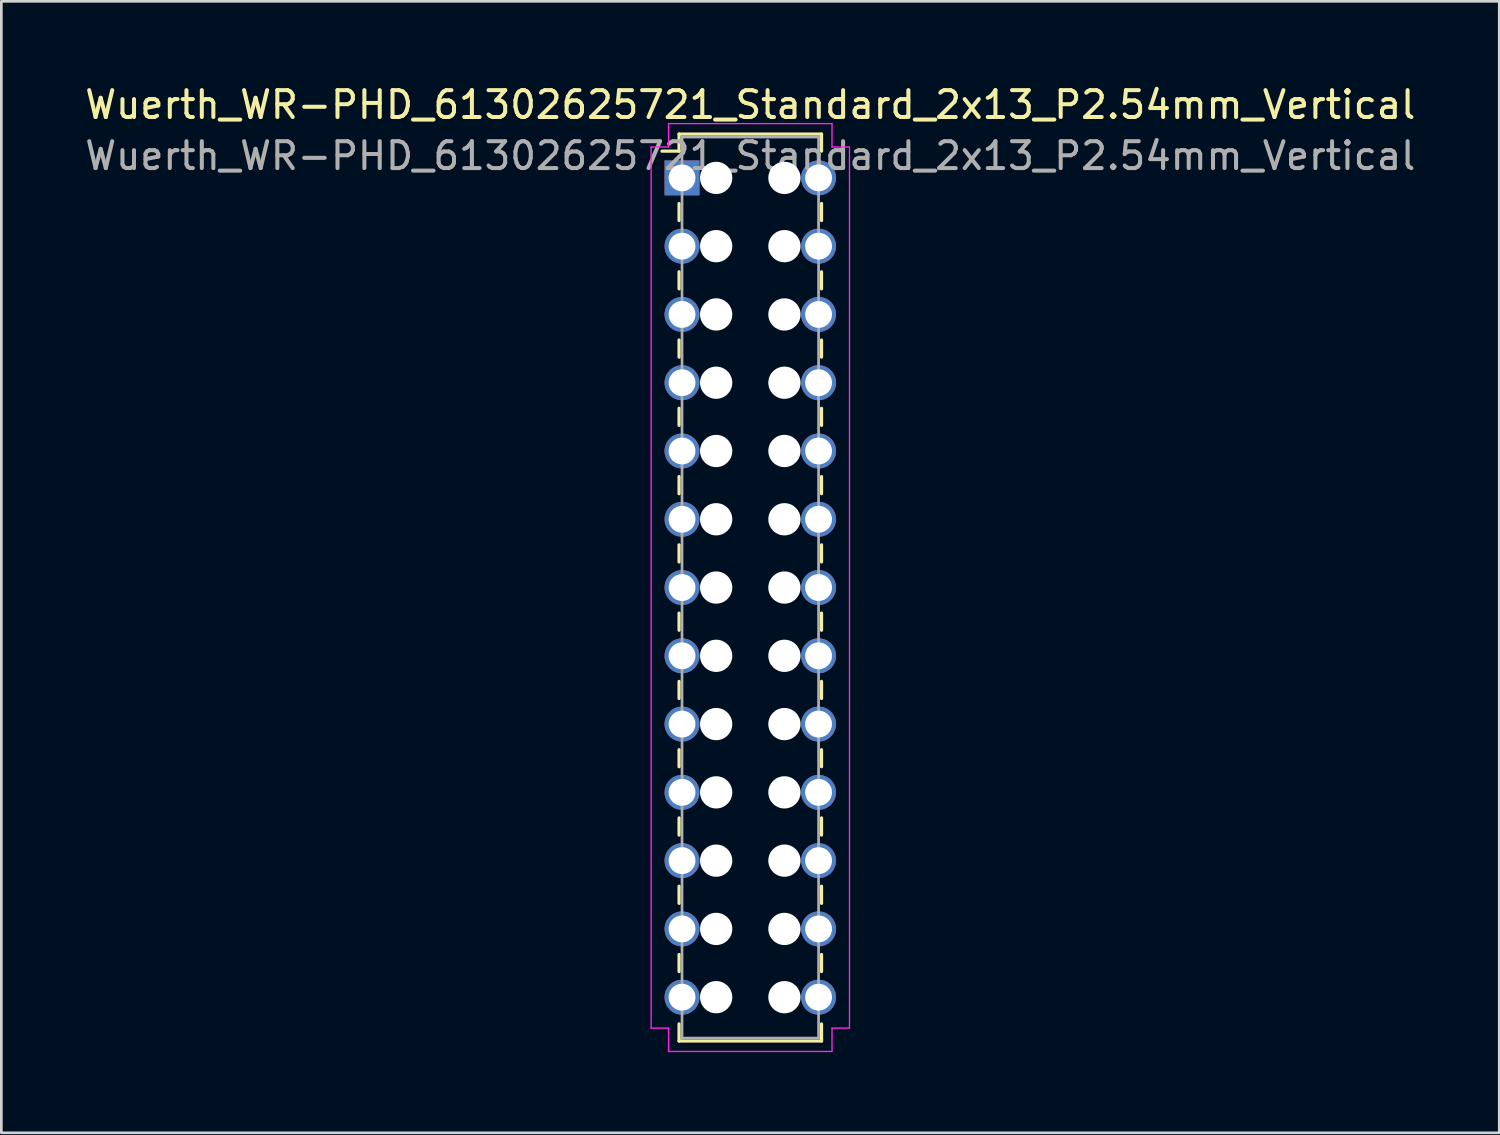
<source format=kicad_pcb>
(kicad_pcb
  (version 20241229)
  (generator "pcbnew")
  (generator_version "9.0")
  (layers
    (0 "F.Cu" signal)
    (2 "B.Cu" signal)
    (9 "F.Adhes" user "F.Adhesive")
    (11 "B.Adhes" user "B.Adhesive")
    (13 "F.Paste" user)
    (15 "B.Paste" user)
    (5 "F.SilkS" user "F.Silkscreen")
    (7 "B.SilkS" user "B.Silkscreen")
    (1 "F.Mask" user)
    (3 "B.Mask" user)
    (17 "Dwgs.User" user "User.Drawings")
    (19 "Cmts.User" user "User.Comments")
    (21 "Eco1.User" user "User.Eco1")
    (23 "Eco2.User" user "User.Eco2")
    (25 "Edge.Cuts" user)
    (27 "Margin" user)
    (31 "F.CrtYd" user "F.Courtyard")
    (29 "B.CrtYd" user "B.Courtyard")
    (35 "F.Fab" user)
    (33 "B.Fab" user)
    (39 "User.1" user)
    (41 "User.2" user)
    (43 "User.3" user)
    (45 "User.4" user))
  (footprint "Wuerth_WR-PHD_61302625721_Standard_2x13_P2.54mm_Vertical"
    (layer "F.Cu")
    (at 22.323 3.568)
    (property "Reference" "Wuerth_WR-PHD_61302625721_Standard_2x13_P2.54mm_Vertical" (at 2.54 -2.72 0) (layer "F.SilkS") (effects (font (size 1 1) (thickness 0.15))))
    (attr through_hole)
    (fp_line (start -0.11 -1.63) (end -0.11 -0.995) (stroke (width 0.12) (type solid)) (layer "F.SilkS"))
    (fp_line (start -0.11 -1.63) (end 5.19 -1.63) (stroke (width 0.12) (type solid)) (layer "F.SilkS"))
    (fp_line (start -0.11 -0.995) (end -0.745 -0.995) (stroke (width 0.12) (type solid)) (layer "F.SilkS"))
    (fp_line (start -0.11 0.953) (end -0.11 1.587) (stroke (width 0.12) (type solid)) (layer "F.SilkS"))
    (fp_line (start -0.11 3.493) (end -0.11 4.128) (stroke (width 0.12) (type solid)) (layer "F.SilkS"))
    (fp_line (start -0.11 6.032) (end -0.11 6.668) (stroke (width 0.12) (type solid)) (layer "F.SilkS"))
    (fp_line (start -0.11 8.572) (end -0.11 9.207) (stroke (width 0.12) (type solid)) (layer "F.SilkS"))
    (fp_line (start -0.11 11.113) (end -0.11 11.748) (stroke (width 0.12) (type solid)) (layer "F.SilkS"))
    (fp_line (start -0.11 13.652) (end -0.11 14.287) (stroke (width 0.12) (type solid)) (layer "F.SilkS"))
    (fp_line (start -0.11 16.192) (end -0.11 16.828) (stroke (width 0.12) (type solid)) (layer "F.SilkS"))
    (fp_line (start -0.11 18.733) (end -0.11 19.367) (stroke (width 0.12) (type solid)) (layer "F.SilkS"))
    (fp_line (start -0.11 21.273) (end -0.11 21.907) (stroke (width 0.12) (type solid)) (layer "F.SilkS"))
    (fp_line (start -0.11 23.812) (end -0.11 24.448) (stroke (width 0.12) (type solid)) (layer "F.SilkS"))
    (fp_line (start -0.11 26.352) (end -0.11 26.988) (stroke (width 0.12) (type solid)) (layer "F.SilkS"))
    (fp_line (start -0.11 28.892) (end -0.11 29.527) (stroke (width 0.12) (type solid)) (layer "F.SilkS"))
    (fp_line (start -0.11 32.11) (end -0.11 31.475) (stroke (width 0.12) (type solid)) (layer "F.SilkS"))
    (fp_line (start -0.11 32.11) (end 5.19 32.11) (stroke (width 0.12) (type solid)) (layer "F.SilkS"))
    (fp_line (start 5.19 -1.63) (end 5.19 -0.995) (stroke (width 0.12) (type solid)) (layer "F.SilkS"))
    (fp_line (start 5.19 0.953) (end 5.19 1.587) (stroke (width 0.12) (type solid)) (layer "F.SilkS"))
    (fp_line (start 5.19 3.493) (end 5.19 4.128) (stroke (width 0.12) (type solid)) (layer "F.SilkS"))
    (fp_line (start 5.19 6.032) (end 5.19 6.668) (stroke (width 0.12) (type solid)) (layer "F.SilkS"))
    (fp_line (start 5.19 8.572) (end 5.19 9.207) (stroke (width 0.12) (type solid)) (layer "F.SilkS"))
    (fp_line (start 5.19 11.113) (end 5.19 11.748) (stroke (width 0.12) (type solid)) (layer "F.SilkS"))
    (fp_line (start 5.19 13.652) (end 5.19 14.287) (stroke (width 0.12) (type solid)) (layer "F.SilkS"))
    (fp_line (start 5.19 16.192) (end 5.19 16.828) (stroke (width 0.12) (type solid)) (layer "F.SilkS"))
    (fp_line (start 5.19 18.733) (end 5.19 19.367) (stroke (width 0.12) (type solid)) (layer "F.SilkS"))
    (fp_line (start 5.19 21.273) (end 5.19 21.907) (stroke (width 0.12) (type solid)) (layer "F.SilkS"))
    (fp_line (start 5.19 23.812) (end 5.19 24.448) (stroke (width 0.12) (type solid)) (layer "F.SilkS"))
    (fp_line (start 5.19 26.352) (end 5.19 26.988) (stroke (width 0.12) (type solid)) (layer "F.SilkS"))
    (fp_line (start 5.19 28.892) (end 5.19 29.527) (stroke (width 0.12) (type solid)) (layer "F.SilkS"))
    (fp_line (start 5.19 32.11) (end 5.19 31.475) (stroke (width 0.12) (type solid)) (layer "F.SilkS"))
    (fp_line (start -1.15 -1.15) (end -0.5 -1.15) (stroke (width 0.05) (type solid)) (layer "F.CrtYd"))
    (fp_line (start -1.15 31.63) (end -1.15 -1.15) (stroke (width 0.05) (type solid)) (layer "F.CrtYd"))
    (fp_line (start -0.5 -2.02) (end 5.58 -2.02) (stroke (width 0.05) (type solid)) (layer "F.CrtYd"))
    (fp_line (start -0.5 -1.15) (end -0.5 -2.02) (stroke (width 0.05) (type solid)) (layer "F.CrtYd"))
    (fp_line (start -0.5 31.63) (end -1.15 31.63) (stroke (width 0.05) (type solid)) (layer "F.CrtYd"))
    (fp_line (start -0.5 32.5) (end -0.5 31.63) (stroke (width 0.05) (type solid)) (layer "F.CrtYd"))
    (fp_line (start 5.58 -2.02) (end 5.58 -1.15) (stroke (width 0.05) (type solid)) (layer "F.CrtYd"))
    (fp_line (start 5.58 -1.15) (end 6.23 -1.15) (stroke (width 0.05) (type solid)) (layer "F.CrtYd"))
    (fp_line (start 5.58 31.63) (end 5.58 32.5) (stroke (width 0.05) (type solid)) (layer "F.CrtYd"))
    (fp_line (start 5.58 32.5) (end -0.5 32.5) (stroke (width 0.05) (type solid)) (layer "F.CrtYd"))
    (fp_line (start 6.23 -1.15) (end 6.23 31.63) (stroke (width 0.05) (type solid)) (layer "F.CrtYd"))
    (fp_line (start 6.23 31.63) (end 5.58 31.63) (stroke (width 0.05) (type solid)) (layer "F.CrtYd"))
    (fp_line (start 0 -1.52) (end 0 32) (stroke (width 0.1) (type solid)) (layer "F.Fab"))
    (fp_line (start 0 32) (end 5.08 32) (stroke (width 0.1) (type solid)) (layer "F.Fab"))
    (fp_line (start 5.08 -1.52) (end 0 -1.52) (stroke (width 0.1) (type solid)) (layer "F.Fab"))
    (fp_line (start 5.08 32) (end 5.08 -1.52) (stroke (width 0.1) (type solid)) (layer "F.Fab"))
    (fp_text user "${REFERENCE}" (at 2.54 -0.82 0) (layer "F.Fab") (effects (font (size 1 1) (thickness 0.15))))
    (pad "" np_thru_hole circle (at 1.27 0) (size 1.2 1.2) (drill 1.2) (layers "*.Cu" "*.Mask"))
    (pad "" np_thru_hole circle (at 1.27 2.54) (size 1.2 1.2) (drill 1.2) (layers "*.Cu" "*.Mask"))
    (pad "" np_thru_hole circle (at 1.27 5.08) (size 1.2 1.2) (drill 1.2) (layers "*.Cu" "*.Mask"))
    (pad "" np_thru_hole circle (at 1.27 7.62) (size 1.2 1.2) (drill 1.2) (layers "*.Cu" "*.Mask"))
    (pad "" np_thru_hole circle (at 1.27 10.16) (size 1.2 1.2) (drill 1.2) (layers "*.Cu" "*.Mask"))
    (pad "" np_thru_hole circle (at 1.27 12.7) (size 1.2 1.2) (drill 1.2) (layers "*.Cu" "*.Mask"))
    (pad "" np_thru_hole circle (at 1.27 15.24) (size 1.2 1.2) (drill 1.2) (layers "*.Cu" "*.Mask"))
    (pad "" np_thru_hole circle (at 1.27 17.78) (size 1.2 1.2) (drill 1.2) (layers "*.Cu" "*.Mask"))
    (pad "" np_thru_hole circle (at 1.27 20.32) (size 1.2 1.2) (drill 1.2) (layers "*.Cu" "*.Mask"))
    (pad "" np_thru_hole circle (at 1.27 22.86) (size 1.2 1.2) (drill 1.2) (layers "*.Cu" "*.Mask"))
    (pad "" np_thru_hole circle (at 1.27 25.4) (size 1.2 1.2) (drill 1.2) (layers "*.Cu" "*.Mask"))
    (pad "" np_thru_hole circle (at 1.27 27.94) (size 1.2 1.2) (drill 1.2) (layers "*.Cu" "*.Mask"))
    (pad "" np_thru_hole circle (at 1.27 30.48) (size 1.2 1.2) (drill 1.2) (layers "*.Cu" "*.Mask"))
    (pad "" np_thru_hole circle (at 3.81 0) (size 1.2 1.2) (drill 1.2) (layers "*.Cu" "*.Mask"))
    (pad "" np_thru_hole circle (at 3.81 2.54) (size 1.2 1.2) (drill 1.2) (layers "*.Cu" "*.Mask"))
    (pad "" np_thru_hole circle (at 3.81 5.08) (size 1.2 1.2) (drill 1.2) (layers "*.Cu" "*.Mask"))
    (pad "" np_thru_hole circle (at 3.81 7.62) (size 1.2 1.2) (drill 1.2) (layers "*.Cu" "*.Mask"))
    (pad "" np_thru_hole circle (at 3.81 10.16) (size 1.2 1.2) (drill 1.2) (layers "*.Cu" "*.Mask"))
    (pad "" np_thru_hole circle (at 3.81 12.7) (size 1.2 1.2) (drill 1.2) (layers "*.Cu" "*.Mask"))
    (pad "" np_thru_hole circle (at 3.81 15.24) (size 1.2 1.2) (drill 1.2) (layers "*.Cu" "*.Mask"))
    (pad "" np_thru_hole circle (at 3.81 17.78) (size 1.2 1.2) (drill 1.2) (layers "*.Cu" "*.Mask"))
    (pad "" np_thru_hole circle (at 3.81 20.32) (size 1.2 1.2) (drill 1.2) (layers "*.Cu" "*.Mask"))
    (pad "" np_thru_hole circle (at 3.81 22.86) (size 1.2 1.2) (drill 1.2) (layers "*.Cu" "*.Mask"))
    (pad "" np_thru_hole circle (at 3.81 25.4) (size 1.2 1.2) (drill 1.2) (layers "*.Cu" "*.Mask"))
    (pad "" np_thru_hole circle (at 3.81 27.94) (size 1.2 1.2) (drill 1.2) (layers "*.Cu" "*.Mask"))
    (pad "" np_thru_hole circle (at 3.81 30.48) (size 1.2 1.2) (drill 1.2) (layers "*.Cu" "*.Mask"))
    (pad "1" thru_hole rect (at 0 0) (size 1.3 1.3) (drill 1) (layers "*.Cu" "*.Mask"))
    (pad "2" thru_hole circle (at 5.08 0) (size 1.3 1.3) (drill 1) (layers "*.Cu" "*.Mask"))
    (pad "3" thru_hole circle (at 0 2.54) (size 1.3 1.3) (drill 1) (layers "*.Cu" "*.Mask"))
    (pad "4" thru_hole circle (at 5.08 2.54) (size 1.3 1.3) (drill 1) (layers "*.Cu" "*.Mask"))
    (pad "5" thru_hole circle (at 0 5.08) (size 1.3 1.3) (drill 1) (layers "*.Cu" "*.Mask"))
    (pad "6" thru_hole circle (at 5.08 5.08) (size 1.3 1.3) (drill 1) (layers "*.Cu" "*.Mask"))
    (pad "7" thru_hole circle (at 0 7.62) (size 1.3 1.3) (drill 1) (layers "*.Cu" "*.Mask"))
    (pad "8" thru_hole circle (at 5.08 7.62) (size 1.3 1.3) (drill 1) (layers "*.Cu" "*.Mask"))
    (pad "9" thru_hole circle (at 0 10.16) (size 1.3 1.3) (drill 1) (layers "*.Cu" "*.Mask"))
    (pad "10" thru_hole circle (at 5.08 10.16) (size 1.3 1.3) (drill 1) (layers "*.Cu" "*.Mask"))
    (pad "11" thru_hole circle (at 0 12.7) (size 1.3 1.3) (drill 1) (layers "*.Cu" "*.Mask"))
    (pad "12" thru_hole circle (at 5.08 12.7) (size 1.3 1.3) (drill 1) (layers "*.Cu" "*.Mask"))
    (pad "13" thru_hole circle (at 0 15.24) (size 1.3 1.3) (drill 1) (layers "*.Cu" "*.Mask"))
    (pad "14" thru_hole circle (at 5.08 15.24) (size 1.3 1.3) (drill 1) (layers "*.Cu" "*.Mask"))
    (pad "15" thru_hole circle (at 0 17.78) (size 1.3 1.3) (drill 1) (layers "*.Cu" "*.Mask"))
    (pad "16" thru_hole circle (at 5.08 17.78) (size 1.3 1.3) (drill 1) (layers "*.Cu" "*.Mask"))
    (pad "17" thru_hole circle (at 0 20.32) (size 1.3 1.3) (drill 1) (layers "*.Cu" "*.Mask"))
    (pad "18" thru_hole circle (at 5.08 20.32) (size 1.3 1.3) (drill 1) (layers "*.Cu" "*.Mask"))
    (pad "19" thru_hole circle (at 0 22.86) (size 1.3 1.3) (drill 1) (layers "*.Cu" "*.Mask"))
    (pad "20" thru_hole circle (at 5.08 22.86) (size 1.3 1.3) (drill 1) (layers "*.Cu" "*.Mask"))
    (pad "21" thru_hole circle (at 0 25.4) (size 1.3 1.3) (drill 1) (layers "*.Cu" "*.Mask"))
    (pad "22" thru_hole circle (at 5.08 25.4) (size 1.3 1.3) (drill 1) (layers "*.Cu" "*.Mask"))
    (pad "23" thru_hole circle (at 0 27.94) (size 1.3 1.3) (drill 1) (layers "*.Cu" "*.Mask"))
    (pad "24" thru_hole circle (at 5.08 27.94) (size 1.3 1.3) (drill 1) (layers "*.Cu" "*.Mask"))
    (pad "25" thru_hole circle (at 0 30.48) (size 1.3 1.3) (drill 1) (layers "*.Cu" "*.Mask"))
    (pad "26" thru_hole circle (at 5.08 30.48) (size 1.3 1.3) (drill 1) (layers "*.Cu" "*.Mask")))
  (gr_rect
    (start -3 -3)
    (end 52.726 39.093)
    (stroke (width 0.1) (type default))
    (fill no)
    (layer "Edge.Cuts")))
</source>
